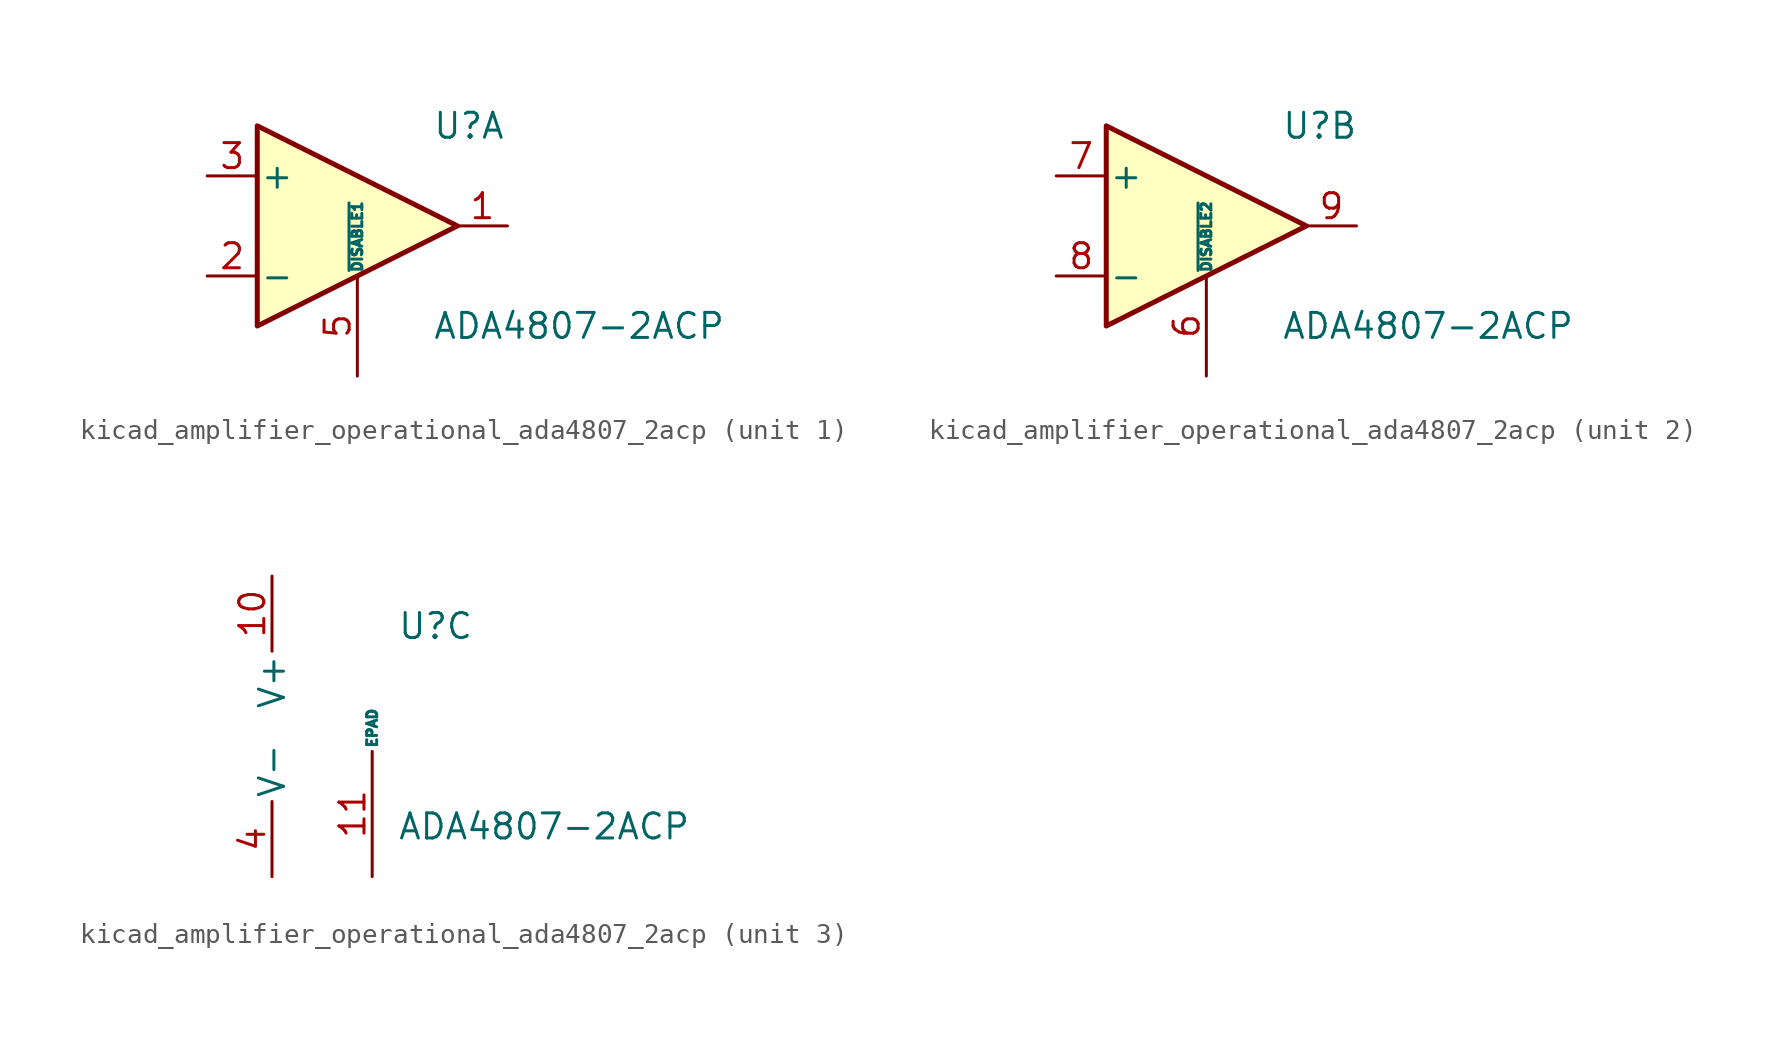
<source format=kicad_sym>
(kicad_symbol_lib
  (version 20220914)
  (generator kicad_symbol_editor)
  (symbol "kicad_amplifier_operational_ada4807_2acp"
    (pin_names
      (offset 0.127))
    (property "Reference" "U"
      (at 3.81 5.08 0)
      (effects (font (size 1.27 1.27)) (justify left)))
    (property "Value" "ADA4807-2ACP"
      (at 3.81 -5.08 0)
      (effects (font (size 1.27 1.27)) (justify left)))
    (property "ki_locked" ""
      (at 0 0 0)
      (effects (font (size 1.27 1.27))))
    (symbol "kicad_amplifier_operational_ada4807_2acp_1_1"
      (polyline (pts (xy -5.08 5.08) (xy 5.08 0) (xy -5.08 -5.08) (xy -5.08 5.08)) (stroke (width 0.254) (type default)) (fill (type background)))
      (pin output line (at 7.62 0 180) (length 2.54) (name "~" (effects (font (size 1.27 1.27)))) (number "1" (effects (font (size 1.27 1.27)))))
      (pin input line (at -7.62 -2.54 0) (length 2.54) (name "-" (effects (font (size 1.27 1.27)))) (number "2" (effects (font (size 1.27 1.27)))))
      (pin input line (at -7.62 2.54 0) (length 2.54) (name "+" (effects (font (size 1.27 1.27)))) (number "3" (effects (font (size 1.27 1.27)))))
      (pin input line (at 0 -7.62 90) (length 5.08) (name "~{DISABLE1}" (effects (font (size 0.508 0.508)))) (number "5" (effects (font (size 1.27 1.27))))))
    (symbol "kicad_amplifier_operational_ada4807_2acp_2_1"
      (polyline (pts (xy -5.08 5.08) (xy 5.08 0) (xy -5.08 -5.08) (xy -5.08 5.08)) (stroke (width 0.254) (type default)) (fill (type background)))
      (pin input line (at 0 -7.62 90) (length 5.08) (name "~{DISABLE2}" (effects (font (size 0.508 0.508)))) (number "6" (effects (font (size 1.27 1.27)))))
      (pin input line (at -7.62 2.54 0) (length 2.54) (name "+" (effects (font (size 1.27 1.27)))) (number "7" (effects (font (size 1.27 1.27)))))
      (pin input line (at -7.62 -2.54 0) (length 2.54) (name "-" (effects (font (size 1.27 1.27)))) (number "8" (effects (font (size 1.27 1.27)))))
      (pin output line (at 7.62 0 180) (length 2.54) (name "~" (effects (font (size 1.27 1.27)))) (number "9" (effects (font (size 1.27 1.27))))))
    (symbol "kicad_amplifier_operational_ada4807_2acp_3_1"
      (pin power_in line (at -2.54 7.62 270) (length 3.81) (name "V+" (effects (font (size 1.27 1.27)))) (number "10" (effects (font (size 1.27 1.27)))))
      (pin power_in line (at 2.54 -7.62 90) (length 6.35) (name "EPAD" (effects (font (size 0.508 0.508)))) (number "11" (effects (font (size 1.27 1.27)))))
      (pin power_in line (at -2.54 -7.62 90) (length 3.81) (name "V-" (effects (font (size 1.27 1.27)))) (number "4" (effects (font (size 1.27 1.27))))))))
</source>
